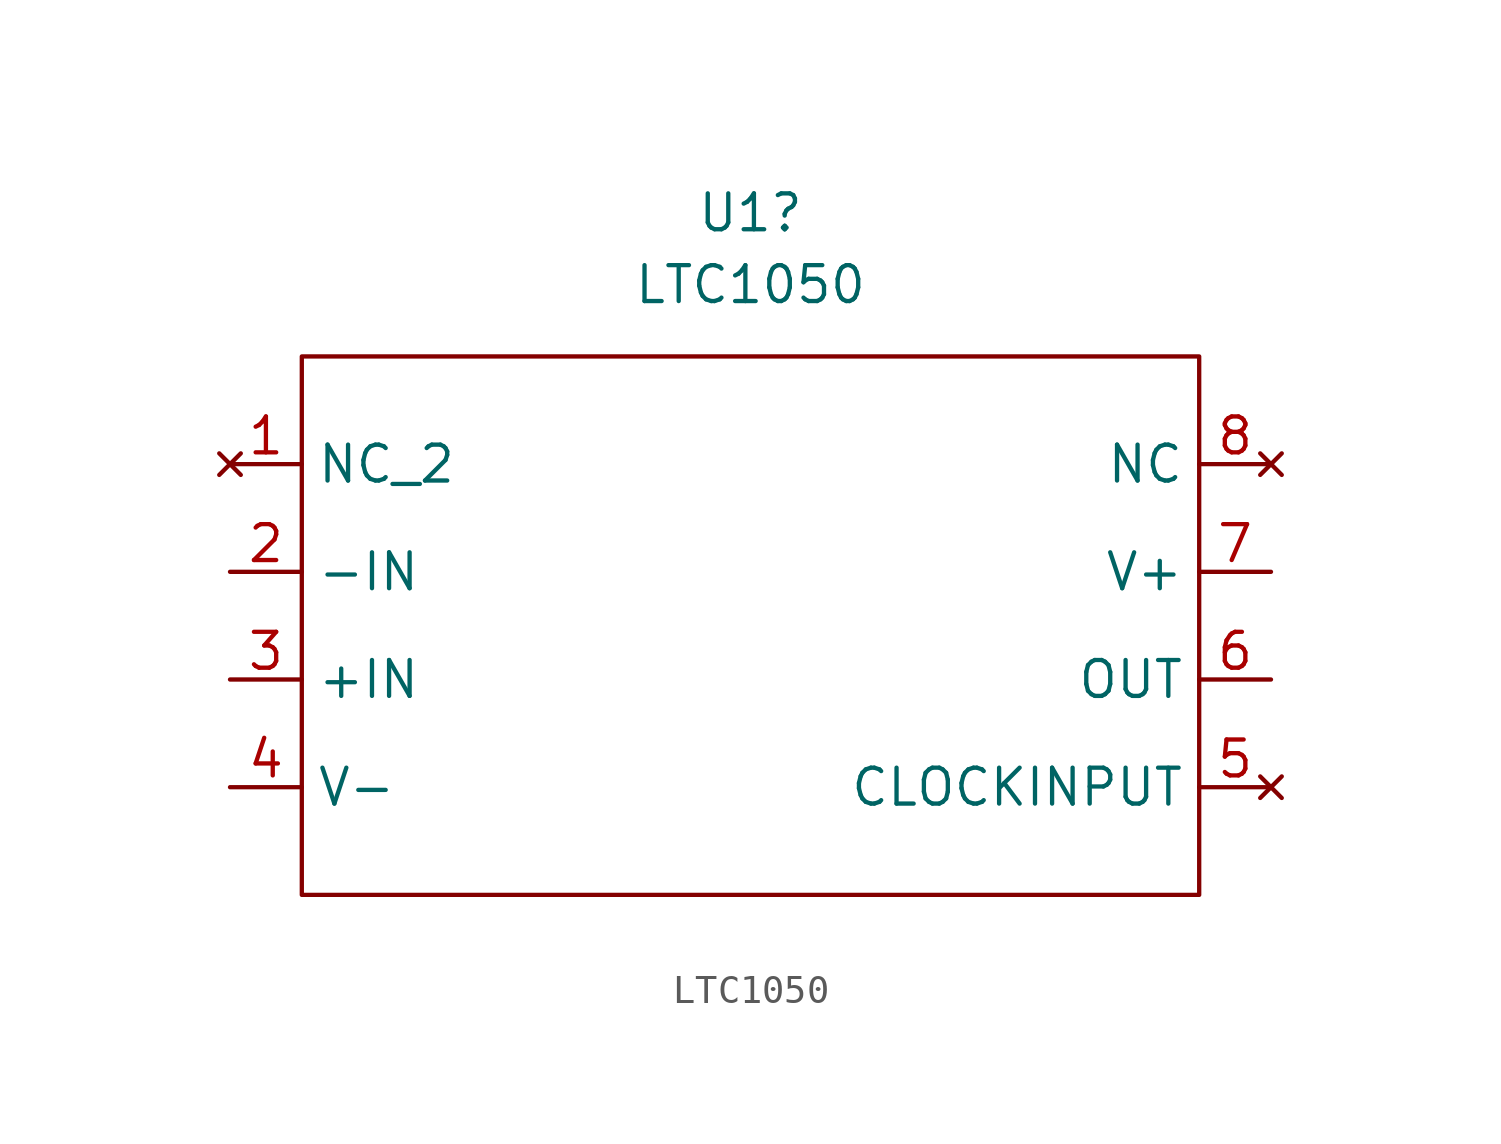
<source format=kicad_sym>
(kicad_symbol_lib
  (version 20211014)
  (generator kicad_symbol_editor)
  (symbol "LTC1050"
    (property "Reference" "U1"
      (at -0.635 2.54 0)
      (effects (font (size 1.27 1.27))))
    (property "Value" "LTC1050"
      (at -0.635 0 0)
      (effects (font (size 1.27 1.27))))
    (symbol "LTC1050_0_1"
      (rectangle (start -16.51 -2.54) (end 15.24 -21.59) (stroke (width 0) (type default) (color 0 0 0 0)) (fill (type none))))
    (symbol "LTC1050_1_1"
      (pin no_connect line (at -19.05 -6.35 0) (length 2.54) (name "NC_2" (effects (font (size 1.27 1.27)))) (number "1" (effects (font (size 1.27 1.27)))))
      (pin input line (at -19.05 -10.16 0) (length 2.54) (name "-IN" (effects (font (size 1.27 1.27)))) (number "2" (effects (font (size 1.27 1.27)))))
      (pin input line (at -19.05 -13.97 0) (length 2.54) (name "+IN" (effects (font (size 1.27 1.27)))) (number "3" (effects (font (size 1.27 1.27)))))
      (pin input line (at -19.05 -17.78 0) (length 2.54) (name "V-" (effects (font (size 1.27 1.27)))) (number "4" (effects (font (size 1.27 1.27)))))
      (pin no_connect line (at 17.78 -17.78 180) (length 2.54) (name "CLOCKINPUT" (effects (font (size 1.27 1.27)))) (number "5" (effects (font (size 1.27 1.27)))))
      (pin bidirectional line (at 17.78 -13.97 180) (length 2.54) (name "OUT" (effects (font (size 1.27 1.27)))) (number "6" (effects (font (size 1.27 1.27)))))
      (pin input line (at 17.78 -10.16 180) (length 2.54) (name "V+" (effects (font (size 1.27 1.27)))) (number "7" (effects (font (size 1.27 1.27)))))
      (pin no_connect line (at 17.78 -6.35 180) (length 2.54) (name "NC" (effects (font (size 1.27 1.27)))) (number "8" (effects (font (size 1.27 1.27))))))))
</source>
